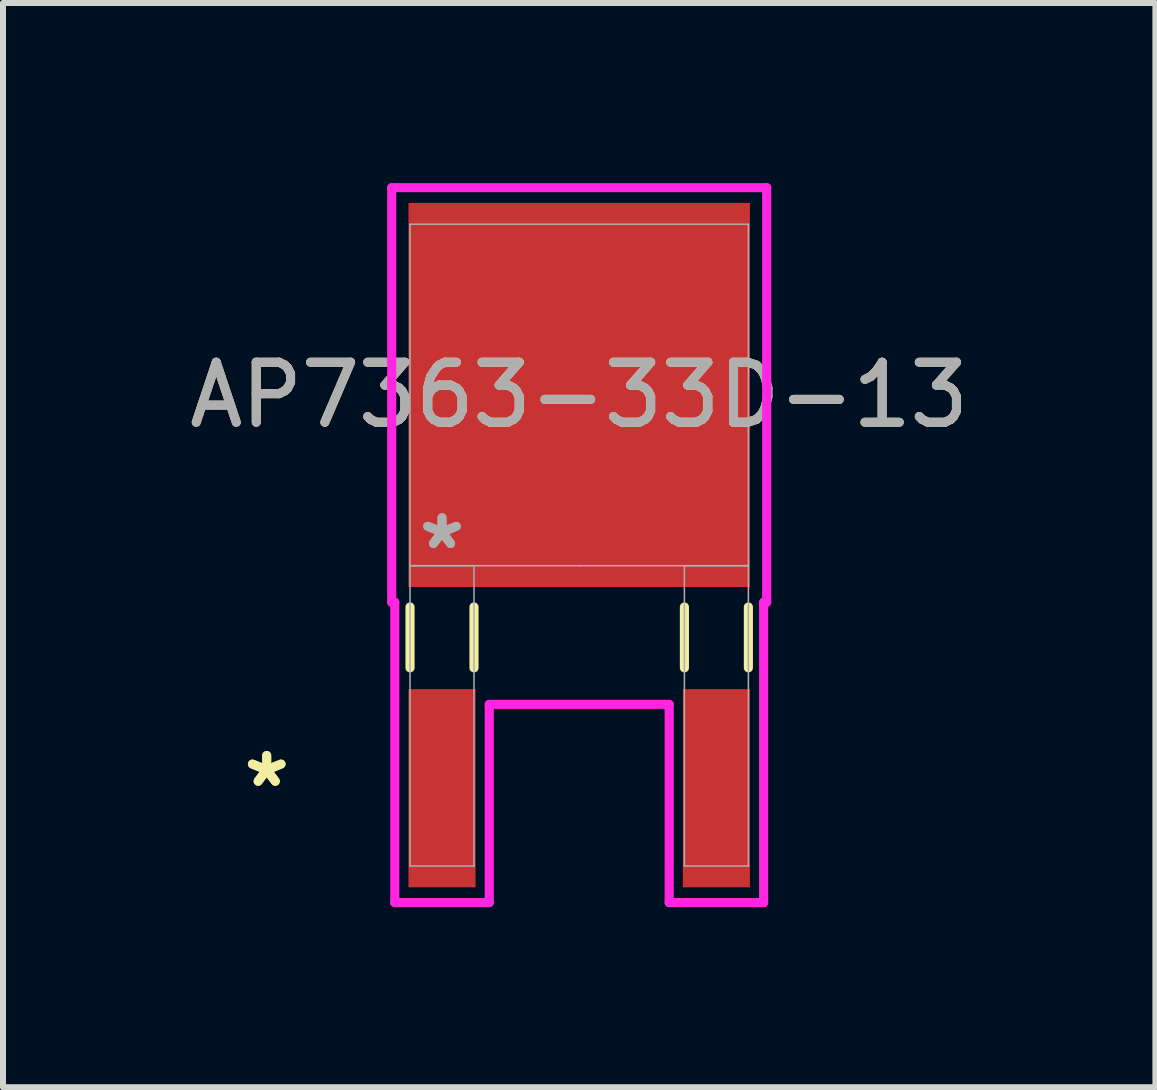
<source format=kicad_pcb>
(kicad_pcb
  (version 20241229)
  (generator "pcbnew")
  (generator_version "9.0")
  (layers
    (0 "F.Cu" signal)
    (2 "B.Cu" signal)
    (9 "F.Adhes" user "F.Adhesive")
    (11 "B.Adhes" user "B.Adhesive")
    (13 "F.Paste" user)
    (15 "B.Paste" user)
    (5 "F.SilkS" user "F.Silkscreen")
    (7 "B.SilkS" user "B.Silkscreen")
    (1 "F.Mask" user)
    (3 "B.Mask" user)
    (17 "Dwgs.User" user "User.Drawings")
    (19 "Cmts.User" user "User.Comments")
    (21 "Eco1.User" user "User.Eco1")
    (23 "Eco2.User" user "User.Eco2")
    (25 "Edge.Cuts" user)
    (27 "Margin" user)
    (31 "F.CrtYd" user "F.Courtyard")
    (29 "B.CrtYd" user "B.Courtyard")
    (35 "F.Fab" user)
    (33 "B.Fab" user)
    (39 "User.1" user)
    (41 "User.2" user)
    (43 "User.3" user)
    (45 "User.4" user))
  (footprint "AP7363-33D-13"
    (layer "F.Cu")
    (at 6.601 3.531)
    (property "Reference" "AP7363-33D-13" (at 0 0 0) (unlocked yes) (layer "F.SilkS") (effects (font (size 1 1) (thickness 0.15))))
    (attr smd)
    (fp_line (start -2.819 3.533) (end -2.819 4.547) (stroke (width 0.152) (type solid)) (layer "F.SilkS"))
    (fp_line (start -1.753 3.533) (end -1.753 4.547) (stroke (width 0.152) (type solid)) (layer "F.SilkS"))
    (fp_line (start 1.753 3.533) (end 1.753 4.547) (stroke (width 0.152) (type solid)) (layer "F.SilkS"))
    (fp_line (start 2.819 3.533) (end 2.819 4.547) (stroke (width 0.152) (type solid)) (layer "F.SilkS"))
    (fp_line (start -3.124 -3.454) (end 3.124 -3.454) (stroke (width 0.152) (type solid)) (layer "F.CrtYd"))
    (fp_line (start -3.124 3.454) (end -3.124 -3.454) (stroke (width 0.152) (type solid)) (layer "F.CrtYd"))
    (fp_line (start -3.073 3.454) (end -3.124 3.454) (stroke (width 0.152) (type solid)) (layer "F.CrtYd"))
    (fp_line (start -3.073 8.458) (end -3.073 3.454) (stroke (width 0.152) (type solid)) (layer "F.CrtYd"))
    (fp_line (start -1.499 5.156) (end -1.499 8.458) (stroke (width 0.152) (type solid)) (layer "F.CrtYd"))
    (fp_line (start -1.499 8.458) (end -3.073 8.458) (stroke (width 0.152) (type solid)) (layer "F.CrtYd"))
    (fp_line (start 1.499 5.156) (end -1.499 5.156) (stroke (width 0.152) (type solid)) (layer "F.CrtYd"))
    (fp_line (start 1.499 8.458) (end 1.499 5.156) (stroke (width 0.152) (type solid)) (layer "F.CrtYd"))
    (fp_line (start 3.073 3.454) (end 3.073 8.458) (stroke (width 0.152) (type solid)) (layer "F.CrtYd"))
    (fp_line (start 3.073 8.458) (end 1.499 8.458) (stroke (width 0.152) (type solid)) (layer "F.CrtYd"))
    (fp_line (start 3.124 -3.454) (end 3.124 3.454) (stroke (width 0.152) (type solid)) (layer "F.CrtYd"))
    (fp_line (start 3.124 3.454) (end 3.073 3.454) (stroke (width 0.152) (type solid)) (layer "F.CrtYd"))
    (fp_line (start -2.819 -2.845) (end -2.819 2.845) (stroke (width 0.025) (type solid)) (layer "F.Fab"))
    (fp_line (start -2.819 2.845) (end -2.819 7.849) (stroke (width 0.025) (type solid)) (layer "F.Fab"))
    (fp_line (start -2.819 2.845) (end 2.819 2.845) (stroke (width 0.025) (type solid)) (layer "F.Fab"))
    (fp_line (start -2.819 7.849) (end -1.753 7.849) (stroke (width 0.025) (type solid)) (layer "F.Fab"))
    (fp_line (start -1.753 2.845) (end -2.819 2.845) (stroke (width 0.025) (type solid)) (layer "F.Fab"))
    (fp_line (start -1.753 7.849) (end -1.753 2.845) (stroke (width 0.025) (type solid)) (layer "F.Fab"))
    (fp_line (start 0 2.845) (end 0 2.845) (stroke (width 0.025) (type solid)) (layer "F.Fab"))
    (fp_line (start 0 2.845) (end 0 2.845) (stroke (width 0.025) (type solid)) (layer "F.Fab"))
    (fp_line (start 0 2.845) (end 0 2.845) (stroke (width 0.025) (type solid)) (layer "F.Fab"))
    (fp_line (start 1.753 2.845) (end 1.753 7.849) (stroke (width 0.025) (type solid)) (layer "F.Fab"))
    (fp_line (start 1.753 7.849) (end 2.819 7.849) (stroke (width 0.025) (type solid)) (layer "F.Fab"))
    (fp_line (start 2.819 -2.845) (end -2.819 -2.845) (stroke (width 0.025) (type solid)) (layer "F.Fab"))
    (fp_line (start 2.819 2.845) (end 1.753 2.845) (stroke (width 0.025) (type solid)) (layer "F.Fab"))
    (fp_line (start 2.819 2.845) (end 2.819 -2.845) (stroke (width 0.025) (type solid)) (layer "F.Fab"))
    (fp_line (start 2.819 7.849) (end 2.819 2.845) (stroke (width 0.025) (type solid)) (layer "F.Fab"))
    (fp_text user "*" (at -5.207 6.553 0) (layer "F.SilkS") (effects (font (size 1 1) (thickness 0.15))))
    (fp_text user "*" (at -5.207 6.553 0) (unlocked yes) (layer "F.SilkS") (effects (font (size 1 1) (thickness 0.15))))
    (fp_text user "*" (at -2.286 2.591 0) (layer "F.Fab") (effects (font (size 1 1) (thickness 0.15))))
    (fp_text user "*" (at -2.286 2.591 0) (unlocked yes) (layer "F.Fab") (effects (font (size 1 1) (thickness 0.15))))
    (fp_text user "${REFERENCE}" (at 0 0 0) (unlocked yes) (layer "F.Fab") (effects (font (size 1 1) (thickness 0.15))))
    (pad "1" smd rect (at -2.286 6.553) (size 1.118 3.302) (layers "F.Cu" "F.Mask" "F.Paste"))
    (pad "2" smd rect (at 0 0) (size 5.69 6.401) (layers "F.Cu" "F.Mask" "F.Paste"))
    (pad "3" smd rect (at 2.286 6.553) (size 1.118 3.302) (layers "F.Cu" "F.Mask" "F.Paste")))
  (gr_rect
    (start -3 -3)
    (end 16.202 15.065)
    (stroke (width 0.1) (type default))
    (fill no)
    (layer "Edge.Cuts")))
</source>
